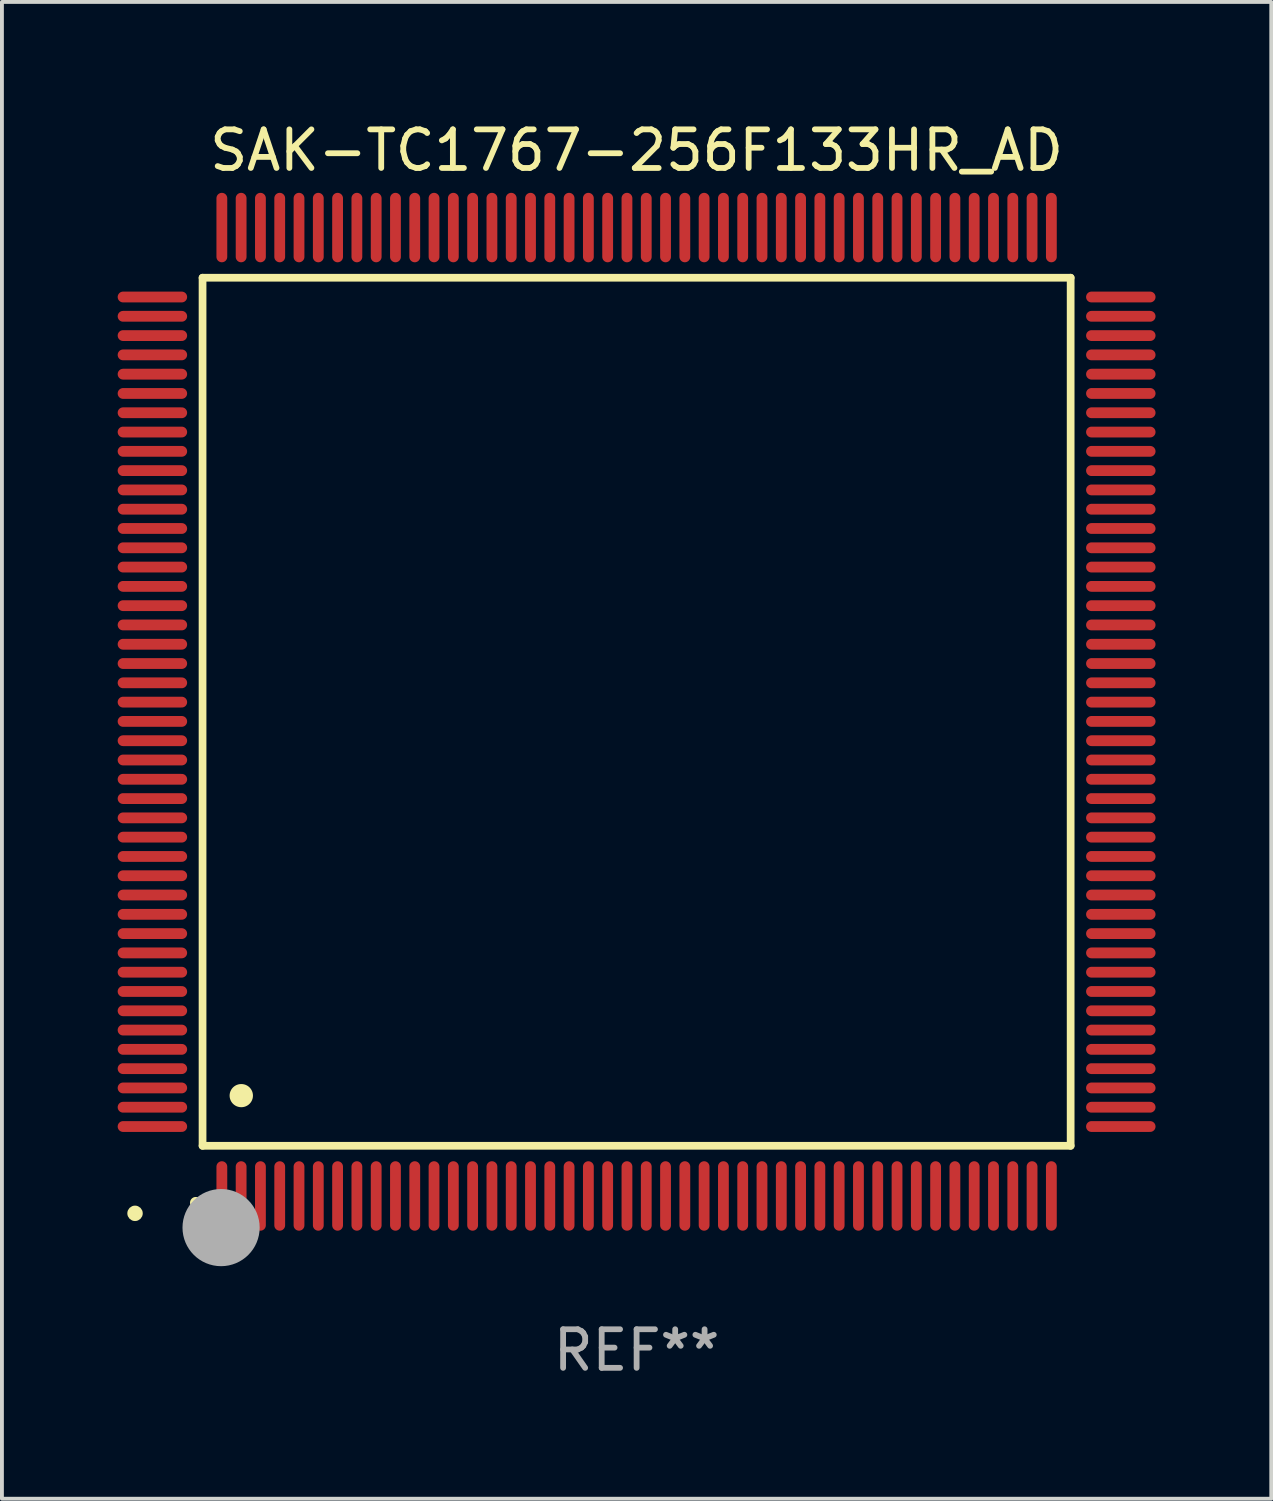
<source format=kicad_pcb>
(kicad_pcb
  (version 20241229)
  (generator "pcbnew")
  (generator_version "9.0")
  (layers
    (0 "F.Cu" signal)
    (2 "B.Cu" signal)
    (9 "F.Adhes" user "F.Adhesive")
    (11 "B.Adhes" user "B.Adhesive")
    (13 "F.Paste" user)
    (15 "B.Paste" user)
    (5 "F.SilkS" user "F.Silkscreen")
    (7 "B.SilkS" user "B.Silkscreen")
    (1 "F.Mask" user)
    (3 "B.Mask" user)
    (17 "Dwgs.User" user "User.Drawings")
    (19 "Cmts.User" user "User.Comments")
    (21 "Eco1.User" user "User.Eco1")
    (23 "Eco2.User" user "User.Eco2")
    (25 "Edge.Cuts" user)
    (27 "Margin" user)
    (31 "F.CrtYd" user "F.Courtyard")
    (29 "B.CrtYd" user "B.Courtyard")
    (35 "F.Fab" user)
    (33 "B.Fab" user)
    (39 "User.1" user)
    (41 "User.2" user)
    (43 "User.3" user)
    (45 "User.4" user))
  (footprint "SAK-TC1767-256F133HR_AD"
    (layer "F.Cu")
    (at 13.45 15.398)
    (property "Reference" "SAK-TC1767-256F133HR_AD" (at 0 -14.55 0) (layer "F.SilkS") (effects (font (size 1 1) (thickness 0.15))))
    (attr through_hole)
    (fp_line (start -11.25 -11.25) (end 11.25 -11.25) (stroke (width 0.2) (type solid)) (layer "F.SilkS"))
    (fp_line (start -11.25 11.25) (end -11.25 -11.25) (stroke (width 0.2) (type solid)) (layer "F.SilkS"))
    (fp_line (start 11.25 -11.25) (end 11.25 11.25) (stroke (width 0.2) (type solid)) (layer "F.SilkS"))
    (fp_line (start 11.25 11.25) (end -11.25 11.25) (stroke (width 0.2) (type solid)) (layer "F.SilkS"))
    (fp_arc (start -11.424943 12.725425) (mid -11.423673 12.72542) (end -11.422403 12.725425) (stroke (width 0.3) (type solid)) (layer "F.SilkS"))
    (fp_arc (start -10.24892 9.9492) (mid -10.24638 9.949189) (end -10.24384 9.9492) (stroke (width 0.6) (type solid)) (layer "F.SilkS"))
    (fp_circle (center -13 13) (end -12.9 13) (stroke (width 0.2) (type solid)) (fill no) (layer "F.SilkS"))
    (fp_circle (center -10.77 13.37) (end -10.27 13.37) (stroke (width 1) (type solid)) (fill no) (layer "F.Fab"))
    (fp_text user "REF**" (at 0 16.55 0) (layer "F.Fab") (effects (font (size 1 1) (thickness 0.15))))
    (pad "1" smd oval (at -10.75 12.55) (size 0.28 1.8) (layers "F.Cu" "F.Mask" "F.Paste"))
    (pad "2" smd oval (at -10.25 12.55) (size 0.28 1.8) (layers "F.Cu" "F.Mask" "F.Paste"))
    (pad "3" smd oval (at -9.75 12.55) (size 0.28 1.8) (layers "F.Cu" "F.Mask" "F.Paste"))
    (pad "4" smd oval (at -9.25 12.55) (size 0.28 1.8) (layers "F.Cu" "F.Mask" "F.Paste"))
    (pad "5" smd oval (at -8.75 12.55) (size 0.28 1.8) (layers "F.Cu" "F.Mask" "F.Paste"))
    (pad "6" smd oval (at -8.25 12.55) (size 0.28 1.8) (layers "F.Cu" "F.Mask" "F.Paste"))
    (pad "7" smd oval (at -7.75 12.55) (size 0.28 1.8) (layers "F.Cu" "F.Mask" "F.Paste"))
    (pad "8" smd oval (at -7.25 12.55) (size 0.28 1.8) (layers "F.Cu" "F.Mask" "F.Paste"))
    (pad "9" smd oval (at -6.75 12.55) (size 0.28 1.8) (layers "F.Cu" "F.Mask" "F.Paste"))
    (pad "10" smd oval (at -6.25 12.55) (size 0.28 1.8) (layers "F.Cu" "F.Mask" "F.Paste"))
    (pad "11" smd oval (at -5.75 12.55) (size 0.28 1.8) (layers "F.Cu" "F.Mask" "F.Paste"))
    (pad "12" smd oval (at -5.25 12.55) (size 0.28 1.8) (layers "F.Cu" "F.Mask" "F.Paste"))
    (pad "13" smd oval (at -4.75 12.55) (size 0.28 1.8) (layers "F.Cu" "F.Mask" "F.Paste"))
    (pad "14" smd oval (at -4.25 12.55) (size 0.28 1.8) (layers "F.Cu" "F.Mask" "F.Paste"))
    (pad "15" smd oval (at -3.75 12.55) (size 0.28 1.8) (layers "F.Cu" "F.Mask" "F.Paste"))
    (pad "16" smd oval (at -3.25 12.55) (size 0.28 1.8) (layers "F.Cu" "F.Mask" "F.Paste"))
    (pad "17" smd oval (at -2.75 12.55) (size 0.28 1.8) (layers "F.Cu" "F.Mask" "F.Paste"))
    (pad "18" smd oval (at -2.25 12.55) (size 0.28 1.8) (layers "F.Cu" "F.Mask" "F.Paste"))
    (pad "19" smd oval (at -1.75 12.55) (size 0.28 1.8) (layers "F.Cu" "F.Mask" "F.Paste"))
    (pad "20" smd oval (at -1.25 12.55) (size 0.28 1.8) (layers "F.Cu" "F.Mask" "F.Paste"))
    (pad "21" smd oval (at -0.75 12.55) (size 0.28 1.8) (layers "F.Cu" "F.Mask" "F.Paste"))
    (pad "22" smd oval (at -0.25 12.55) (size 0.28 1.8) (layers "F.Cu" "F.Mask" "F.Paste"))
    (pad "23" smd oval (at 0.25 12.55) (size 0.28 1.8) (layers "F.Cu" "F.Mask" "F.Paste"))
    (pad "24" smd oval (at 0.75 12.55) (size 0.28 1.8) (layers "F.Cu" "F.Mask" "F.Paste"))
    (pad "25" smd oval (at 1.25 12.55) (size 0.28 1.8) (layers "F.Cu" "F.Mask" "F.Paste"))
    (pad "26" smd oval (at 1.75 12.55) (size 0.28 1.8) (layers "F.Cu" "F.Mask" "F.Paste"))
    (pad "27" smd oval (at 2.25 12.55) (size 0.28 1.8) (layers "F.Cu" "F.Mask" "F.Paste"))
    (pad "28" smd oval (at 2.75 12.55) (size 0.28 1.8) (layers "F.Cu" "F.Mask" "F.Paste"))
    (pad "29" smd oval (at 3.25 12.55) (size 0.28 1.8) (layers "F.Cu" "F.Mask" "F.Paste"))
    (pad "30" smd oval (at 3.75 12.55) (size 0.28 1.8) (layers "F.Cu" "F.Mask" "F.Paste"))
    (pad "31" smd oval (at 4.25 12.55) (size 0.28 1.8) (layers "F.Cu" "F.Mask" "F.Paste"))
    (pad "32" smd oval (at 4.75 12.55) (size 0.28 1.8) (layers "F.Cu" "F.Mask" "F.Paste"))
    (pad "33" smd oval (at 5.25 12.55) (size 0.28 1.8) (layers "F.Cu" "F.Mask" "F.Paste"))
    (pad "34" smd oval (at 5.75 12.55) (size 0.28 1.8) (layers "F.Cu" "F.Mask" "F.Paste"))
    (pad "35" smd oval (at 6.25 12.55) (size 0.28 1.8) (layers "F.Cu" "F.Mask" "F.Paste"))
    (pad "36" smd oval (at 6.75 12.55) (size 0.28 1.8) (layers "F.Cu" "F.Mask" "F.Paste"))
    (pad "37" smd oval (at 7.25 12.55) (size 0.28 1.8) (layers "F.Cu" "F.Mask" "F.Paste"))
    (pad "38" smd oval (at 7.75 12.55) (size 0.28 1.8) (layers "F.Cu" "F.Mask" "F.Paste"))
    (pad "39" smd oval (at 8.25 12.55) (size 0.28 1.8) (layers "F.Cu" "F.Mask" "F.Paste"))
    (pad "40" smd oval (at 8.75 12.55) (size 0.28 1.8) (layers "F.Cu" "F.Mask" "F.Paste"))
    (pad "41" smd oval (at 9.25 12.55) (size 0.28 1.8) (layers "F.Cu" "F.Mask" "F.Paste"))
    (pad "42" smd oval (at 9.75 12.55) (size 0.28 1.8) (layers "F.Cu" "F.Mask" "F.Paste"))
    (pad "43" smd oval (at 10.25 12.55) (size 0.28 1.8) (layers "F.Cu" "F.Mask" "F.Paste"))
    (pad "44" smd oval (at 10.75 12.55) (size 0.28 1.8) (layers "F.Cu" "F.Mask" "F.Paste"))
    (pad "45" smd oval (at 12.55 10.75) (size 1.8 0.28) (layers "F.Cu" "F.Mask" "F.Paste"))
    (pad "46" smd oval (at 12.55 10.25) (size 1.8 0.28) (layers "F.Cu" "F.Mask" "F.Paste"))
    (pad "47" smd oval (at 12.55 9.75) (size 1.8 0.28) (layers "F.Cu" "F.Mask" "F.Paste"))
    (pad "48" smd oval (at 12.55 9.25) (size 1.8 0.28) (layers "F.Cu" "F.Mask" "F.Paste"))
    (pad "49" smd oval (at 12.55 8.75) (size 1.8 0.28) (layers "F.Cu" "F.Mask" "F.Paste"))
    (pad "50" smd oval (at 12.55 8.25) (size 1.8 0.28) (layers "F.Cu" "F.Mask" "F.Paste"))
    (pad "51" smd oval (at 12.55 7.75) (size 1.8 0.28) (layers "F.Cu" "F.Mask" "F.Paste"))
    (pad "52" smd oval (at 12.55 7.25) (size 1.8 0.28) (layers "F.Cu" "F.Mask" "F.Paste"))
    (pad "53" smd oval (at 12.55 6.75) (size 1.8 0.28) (layers "F.Cu" "F.Mask" "F.Paste"))
    (pad "54" smd oval (at 12.55 6.25) (size 1.8 0.28) (layers "F.Cu" "F.Mask" "F.Paste"))
    (pad "55" smd oval (at 12.55 5.75) (size 1.8 0.28) (layers "F.Cu" "F.Mask" "F.Paste"))
    (pad "56" smd oval (at 12.55 5.25) (size 1.8 0.28) (layers "F.Cu" "F.Mask" "F.Paste"))
    (pad "57" smd oval (at 12.55 4.75) (size 1.8 0.28) (layers "F.Cu" "F.Mask" "F.Paste"))
    (pad "58" smd oval (at 12.55 4.25) (size 1.8 0.28) (layers "F.Cu" "F.Mask" "F.Paste"))
    (pad "59" smd oval (at 12.55 3.75) (size 1.8 0.28) (layers "F.Cu" "F.Mask" "F.Paste"))
    (pad "60" smd oval (at 12.55 3.25) (size 1.8 0.28) (layers "F.Cu" "F.Mask" "F.Paste"))
    (pad "61" smd oval (at 12.55 2.75) (size 1.8 0.28) (layers "F.Cu" "F.Mask" "F.Paste"))
    (pad "62" smd oval (at 12.55 2.25) (size 1.8 0.28) (layers "F.Cu" "F.Mask" "F.Paste"))
    (pad "63" smd oval (at 12.55 1.75) (size 1.8 0.28) (layers "F.Cu" "F.Mask" "F.Paste"))
    (pad "64" smd oval (at 12.55 1.25) (size 1.8 0.28) (layers "F.Cu" "F.Mask" "F.Paste"))
    (pad "65" smd oval (at 12.55 0.75) (size 1.8 0.28) (layers "F.Cu" "F.Mask" "F.Paste"))
    (pad "66" smd oval (at 12.55 0.25) (size 1.8 0.28) (layers "F.Cu" "F.Mask" "F.Paste"))
    (pad "67" smd oval (at 12.55 -0.25) (size 1.8 0.28) (layers "F.Cu" "F.Mask" "F.Paste"))
    (pad "68" smd oval (at 12.55 -0.75) (size 1.8 0.28) (layers "F.Cu" "F.Mask" "F.Paste"))
    (pad "69" smd oval (at 12.55 -1.25) (size 1.8 0.28) (layers "F.Cu" "F.Mask" "F.Paste"))
    (pad "70" smd oval (at 12.55 -1.75) (size 1.8 0.28) (layers "F.Cu" "F.Mask" "F.Paste"))
    (pad "71" smd oval (at 12.55 -2.25) (size 1.8 0.28) (layers "F.Cu" "F.Mask" "F.Paste"))
    (pad "72" smd oval (at 12.55 -2.75) (size 1.8 0.28) (layers "F.Cu" "F.Mask" "F.Paste"))
    (pad "73" smd oval (at 12.55 -3.25) (size 1.8 0.28) (layers "F.Cu" "F.Mask" "F.Paste"))
    (pad "74" smd oval (at 12.55 -3.75) (size 1.8 0.28) (layers "F.Cu" "F.Mask" "F.Paste"))
    (pad "75" smd oval (at 12.55 -4.25) (size 1.8 0.28) (layers "F.Cu" "F.Mask" "F.Paste"))
    (pad "76" smd oval (at 12.55 -4.75) (size 1.8 0.28) (layers "F.Cu" "F.Mask" "F.Paste"))
    (pad "77" smd oval (at 12.55 -5.25) (size 1.8 0.28) (layers "F.Cu" "F.Mask" "F.Paste"))
    (pad "78" smd oval (at 12.55 -5.75) (size 1.8 0.28) (layers "F.Cu" "F.Mask" "F.Paste"))
    (pad "79" smd oval (at 12.55 -6.25) (size 1.8 0.28) (layers "F.Cu" "F.Mask" "F.Paste"))
    (pad "80" smd oval (at 12.55 -6.75) (size 1.8 0.28) (layers "F.Cu" "F.Mask" "F.Paste"))
    (pad "81" smd oval (at 12.55 -7.25) (size 1.8 0.28) (layers "F.Cu" "F.Mask" "F.Paste"))
    (pad "82" smd oval (at 12.55 -7.75) (size 1.8 0.28) (layers "F.Cu" "F.Mask" "F.Paste"))
    (pad "83" smd oval (at 12.55 -8.25) (size 1.8 0.28) (layers "F.Cu" "F.Mask" "F.Paste"))
    (pad "84" smd oval (at 12.55 -8.75) (size 1.8 0.28) (layers "F.Cu" "F.Mask" "F.Paste"))
    (pad "85" smd oval (at 12.55 -9.25) (size 1.8 0.28) (layers "F.Cu" "F.Mask" "F.Paste"))
    (pad "86" smd oval (at 12.55 -9.75) (size 1.8 0.28) (layers "F.Cu" "F.Mask" "F.Paste"))
    (pad "87" smd oval (at 12.55 -10.25) (size 1.8 0.28) (layers "F.Cu" "F.Mask" "F.Paste"))
    (pad "88" smd oval (at 12.55 -10.75) (size 1.8 0.28) (layers "F.Cu" "F.Mask" "F.Paste"))
    (pad "89" smd oval (at 10.75 -12.55) (size 0.28 1.8) (layers "F.Cu" "F.Mask" "F.Paste"))
    (pad "90" smd oval (at 10.25 -12.55) (size 0.28 1.8) (layers "F.Cu" "F.Mask" "F.Paste"))
    (pad "91" smd oval (at 9.75 -12.55) (size 0.28 1.8) (layers "F.Cu" "F.Mask" "F.Paste"))
    (pad "92" smd oval (at 9.25 -12.55) (size 0.28 1.8) (layers "F.Cu" "F.Mask" "F.Paste"))
    (pad "93" smd oval (at 8.75 -12.55) (size 0.28 1.8) (layers "F.Cu" "F.Mask" "F.Paste"))
    (pad "94" smd oval (at 8.25 -12.55) (size 0.28 1.8) (layers "F.Cu" "F.Mask" "F.Paste"))
    (pad "95" smd oval (at 7.75 -12.55) (size 0.28 1.8) (layers "F.Cu" "F.Mask" "F.Paste"))
    (pad "96" smd oval (at 7.25 -12.55) (size 0.28 1.8) (layers "F.Cu" "F.Mask" "F.Paste"))
    (pad "97" smd oval (at 6.75 -12.55) (size 0.28 1.8) (layers "F.Cu" "F.Mask" "F.Paste"))
    (pad "98" smd oval (at 6.25 -12.55) (size 0.28 1.8) (layers "F.Cu" "F.Mask" "F.Paste"))
    (pad "99" smd oval (at 5.75 -12.55) (size 0.28 1.8) (layers "F.Cu" "F.Mask" "F.Paste"))
    (pad "100" smd oval (at 5.25 -12.55) (size 0.28 1.8) (layers "F.Cu" "F.Mask" "F.Paste"))
    (pad "101" smd oval (at 4.75 -12.55) (size 0.28 1.8) (layers "F.Cu" "F.Mask" "F.Paste"))
    (pad "102" smd oval (at 4.25 -12.55) (size 0.28 1.8) (layers "F.Cu" "F.Mask" "F.Paste"))
    (pad "103" smd oval (at 3.75 -12.55) (size 0.28 1.8) (layers "F.Cu" "F.Mask" "F.Paste"))
    (pad "104" smd oval (at 3.25 -12.55) (size 0.28 1.8) (layers "F.Cu" "F.Mask" "F.Paste"))
    (pad "105" smd oval (at 2.75 -12.55) (size 0.28 1.8) (layers "F.Cu" "F.Mask" "F.Paste"))
    (pad "106" smd oval (at 2.25 -12.55) (size 0.28 1.8) (layers "F.Cu" "F.Mask" "F.Paste"))
    (pad "107" smd oval (at 1.75 -12.55) (size 0.28 1.8) (layers "F.Cu" "F.Mask" "F.Paste"))
    (pad "108" smd oval (at 1.25 -12.55) (size 0.28 1.8) (layers "F.Cu" "F.Mask" "F.Paste"))
    (pad "109" smd oval (at 0.75 -12.55) (size 0.28 1.8) (layers "F.Cu" "F.Mask" "F.Paste"))
    (pad "110" smd oval (at 0.25 -12.55) (size 0.28 1.8) (layers "F.Cu" "F.Mask" "F.Paste"))
    (pad "111" smd oval (at -0.25 -12.55) (size 0.28 1.8) (layers "F.Cu" "F.Mask" "F.Paste"))
    (pad "112" smd oval (at -0.75 -12.55) (size 0.28 1.8) (layers "F.Cu" "F.Mask" "F.Paste"))
    (pad "113" smd oval (at -1.25 -12.55) (size 0.28 1.8) (layers "F.Cu" "F.Mask" "F.Paste"))
    (pad "114" smd oval (at -1.75 -12.55) (size 0.28 1.8) (layers "F.Cu" "F.Mask" "F.Paste"))
    (pad "115" smd oval (at -2.25 -12.55) (size 0.28 1.8) (layers "F.Cu" "F.Mask" "F.Paste"))
    (pad "116" smd oval (at -2.75 -12.55) (size 0.28 1.8) (layers "F.Cu" "F.Mask" "F.Paste"))
    (pad "117" smd oval (at -3.25 -12.55) (size 0.28 1.8) (layers "F.Cu" "F.Mask" "F.Paste"))
    (pad "118" smd oval (at -3.75 -12.55) (size 0.28 1.8) (layers "F.Cu" "F.Mask" "F.Paste"))
    (pad "119" smd oval (at -4.25 -12.55) (size 0.28 1.8) (layers "F.Cu" "F.Mask" "F.Paste"))
    (pad "120" smd oval (at -4.75 -12.55) (size 0.28 1.8) (layers "F.Cu" "F.Mask" "F.Paste"))
    (pad "121" smd oval (at -5.25 -12.55) (size 0.28 1.8) (layers "F.Cu" "F.Mask" "F.Paste"))
    (pad "122" smd oval (at -5.75 -12.55) (size 0.28 1.8) (layers "F.Cu" "F.Mask" "F.Paste"))
    (pad "123" smd oval (at -6.25 -12.55) (size 0.28 1.8) (layers "F.Cu" "F.Mask" "F.Paste"))
    (pad "124" smd oval (at -6.75 -12.55) (size 0.28 1.8) (layers "F.Cu" "F.Mask" "F.Paste"))
    (pad "125" smd oval (at -7.25 -12.55) (size 0.28 1.8) (layers "F.Cu" "F.Mask" "F.Paste"))
    (pad "126" smd oval (at -7.75 -12.55) (size 0.28 1.8) (layers "F.Cu" "F.Mask" "F.Paste"))
    (pad "127" smd oval (at -8.25 -12.55) (size 0.28 1.8) (layers "F.Cu" "F.Mask" "F.Paste"))
    (pad "128" smd oval (at -8.75 -12.55) (size 0.28 1.8) (layers "F.Cu" "F.Mask" "F.Paste"))
    (pad "129" smd oval (at -9.25 -12.55) (size 0.28 1.8) (layers "F.Cu" "F.Mask" "F.Paste"))
    (pad "130" smd oval (at -9.75 -12.55) (size 0.28 1.8) (layers "F.Cu" "F.Mask" "F.Paste"))
    (pad "131" smd oval (at -10.25 -12.55) (size 0.28 1.8) (layers "F.Cu" "F.Mask" "F.Paste"))
    (pad "132" smd oval (at -10.75 -12.55) (size 0.28 1.8) (layers "F.Cu" "F.Mask" "F.Paste"))
    (pad "133" smd oval (at -12.55 -10.75) (size 1.8 0.28) (layers "F.Cu" "F.Mask" "F.Paste"))
    (pad "134" smd oval (at -12.55 -10.25) (size 1.8 0.28) (layers "F.Cu" "F.Mask" "F.Paste"))
    (pad "135" smd oval (at -12.55 -9.75) (size 1.8 0.28) (layers "F.Cu" "F.Mask" "F.Paste"))
    (pad "136" smd oval (at -12.55 -9.25) (size 1.8 0.28) (layers "F.Cu" "F.Mask" "F.Paste"))
    (pad "137" smd oval (at -12.55 -8.75) (size 1.8 0.28) (layers "F.Cu" "F.Mask" "F.Paste"))
    (pad "138" smd oval (at -12.55 -8.25) (size 1.8 0.28) (layers "F.Cu" "F.Mask" "F.Paste"))
    (pad "139" smd oval (at -12.55 -7.75) (size 1.8 0.28) (layers "F.Cu" "F.Mask" "F.Paste"))
    (pad "140" smd oval (at -12.55 -7.25) (size 1.8 0.28) (layers "F.Cu" "F.Mask" "F.Paste"))
    (pad "141" smd oval (at -12.55 -6.75) (size 1.8 0.28) (layers "F.Cu" "F.Mask" "F.Paste"))
    (pad "142" smd oval (at -12.55 -6.25) (size 1.8 0.28) (layers "F.Cu" "F.Mask" "F.Paste"))
    (pad "143" smd oval (at -12.55 -5.75) (size 1.8 0.28) (layers "F.Cu" "F.Mask" "F.Paste"))
    (pad "144" smd oval (at -12.55 -5.25) (size 1.8 0.28) (layers "F.Cu" "F.Mask" "F.Paste"))
    (pad "145" smd oval (at -12.55 -4.75) (size 1.8 0.28) (layers "F.Cu" "F.Mask" "F.Paste"))
    (pad "146" smd oval (at -12.55 -4.25) (size 1.8 0.28) (layers "F.Cu" "F.Mask" "F.Paste"))
    (pad "147" smd oval (at -12.55 -3.75) (size 1.8 0.28) (layers "F.Cu" "F.Mask" "F.Paste"))
    (pad "148" smd oval (at -12.55 -3.25) (size 1.8 0.28) (layers "F.Cu" "F.Mask" "F.Paste"))
    (pad "149" smd oval (at -12.55 -2.75) (size 1.8 0.28) (layers "F.Cu" "F.Mask" "F.Paste"))
    (pad "150" smd oval (at -12.55 -2.25) (size 1.8 0.28) (layers "F.Cu" "F.Mask" "F.Paste"))
    (pad "151" smd oval (at -12.55 -1.75) (size 1.8 0.28) (layers "F.Cu" "F.Mask" "F.Paste"))
    (pad "152" smd oval (at -12.55 -1.25) (size 1.8 0.28) (layers "F.Cu" "F.Mask" "F.Paste"))
    (pad "153" smd oval (at -12.55 -0.75) (size 1.8 0.28) (layers "F.Cu" "F.Mask" "F.Paste"))
    (pad "154" smd oval (at -12.55 -0.25) (size 1.8 0.28) (layers "F.Cu" "F.Mask" "F.Paste"))
    (pad "155" smd oval (at -12.55 0.25) (size 1.8 0.28) (layers "F.Cu" "F.Mask" "F.Paste"))
    (pad "156" smd oval (at -12.55 0.75) (size 1.8 0.28) (layers "F.Cu" "F.Mask" "F.Paste"))
    (pad "157" smd oval (at -12.55 1.25) (size 1.8 0.28) (layers "F.Cu" "F.Mask" "F.Paste"))
    (pad "158" smd oval (at -12.55 1.75) (size 1.8 0.28) (layers "F.Cu" "F.Mask" "F.Paste"))
    (pad "159" smd oval (at -12.55 2.25) (size 1.8 0.28) (layers "F.Cu" "F.Mask" "F.Paste"))
    (pad "160" smd oval (at -12.55 2.75) (size 1.8 0.28) (layers "F.Cu" "F.Mask" "F.Paste"))
    (pad "161" smd oval (at -12.55 3.25) (size 1.8 0.28) (layers "F.Cu" "F.Mask" "F.Paste"))
    (pad "162" smd oval (at -12.55 3.75) (size 1.8 0.28) (layers "F.Cu" "F.Mask" "F.Paste"))
    (pad "163" smd oval (at -12.55 4.25) (size 1.8 0.28) (layers "F.Cu" "F.Mask" "F.Paste"))
    (pad "164" smd oval (at -12.55 4.75) (size 1.8 0.28) (layers "F.Cu" "F.Mask" "F.Paste"))
    (pad "165" smd oval (at -12.55 5.25) (size 1.8 0.28) (layers "F.Cu" "F.Mask" "F.Paste"))
    (pad "166" smd oval (at -12.55 5.75) (size 1.8 0.28) (layers "F.Cu" "F.Mask" "F.Paste"))
    (pad "167" smd oval (at -12.55 6.25) (size 1.8 0.28) (layers "F.Cu" "F.Mask" "F.Paste"))
    (pad "168" smd oval (at -12.55 6.75) (size 1.8 0.28) (layers "F.Cu" "F.Mask" "F.Paste"))
    (pad "169" smd oval (at -12.55 7.25) (size 1.8 0.28) (layers "F.Cu" "F.Mask" "F.Paste"))
    (pad "170" smd oval (at -12.55 7.75) (size 1.8 0.28) (layers "F.Cu" "F.Mask" "F.Paste"))
    (pad "171" smd oval (at -12.55 8.25) (size 1.8 0.28) (layers "F.Cu" "F.Mask" "F.Paste"))
    (pad "172" smd oval (at -12.55 8.75) (size 1.8 0.28) (layers "F.Cu" "F.Mask" "F.Paste"))
    (pad "173" smd oval (at -12.55 9.25) (size 1.8 0.28) (layers "F.Cu" "F.Mask" "F.Paste"))
    (pad "174" smd oval (at -12.55 9.75) (size 1.8 0.28) (layers "F.Cu" "F.Mask" "F.Paste"))
    (pad "175" smd oval (at -12.55 10.25) (size 1.8 0.28) (layers "F.Cu" "F.Mask" "F.Paste"))
    (pad "176" smd oval (at -12.55 10.75) (size 1.8 0.28) (layers "F.Cu" "F.Mask" "F.Paste")))
  (gr_rect
    (start -3 -3)
    (end 29.9 35.796)
    (stroke (width 0.1) (type default))
    (fill no)
    (layer "Edge.Cuts")))
</source>
